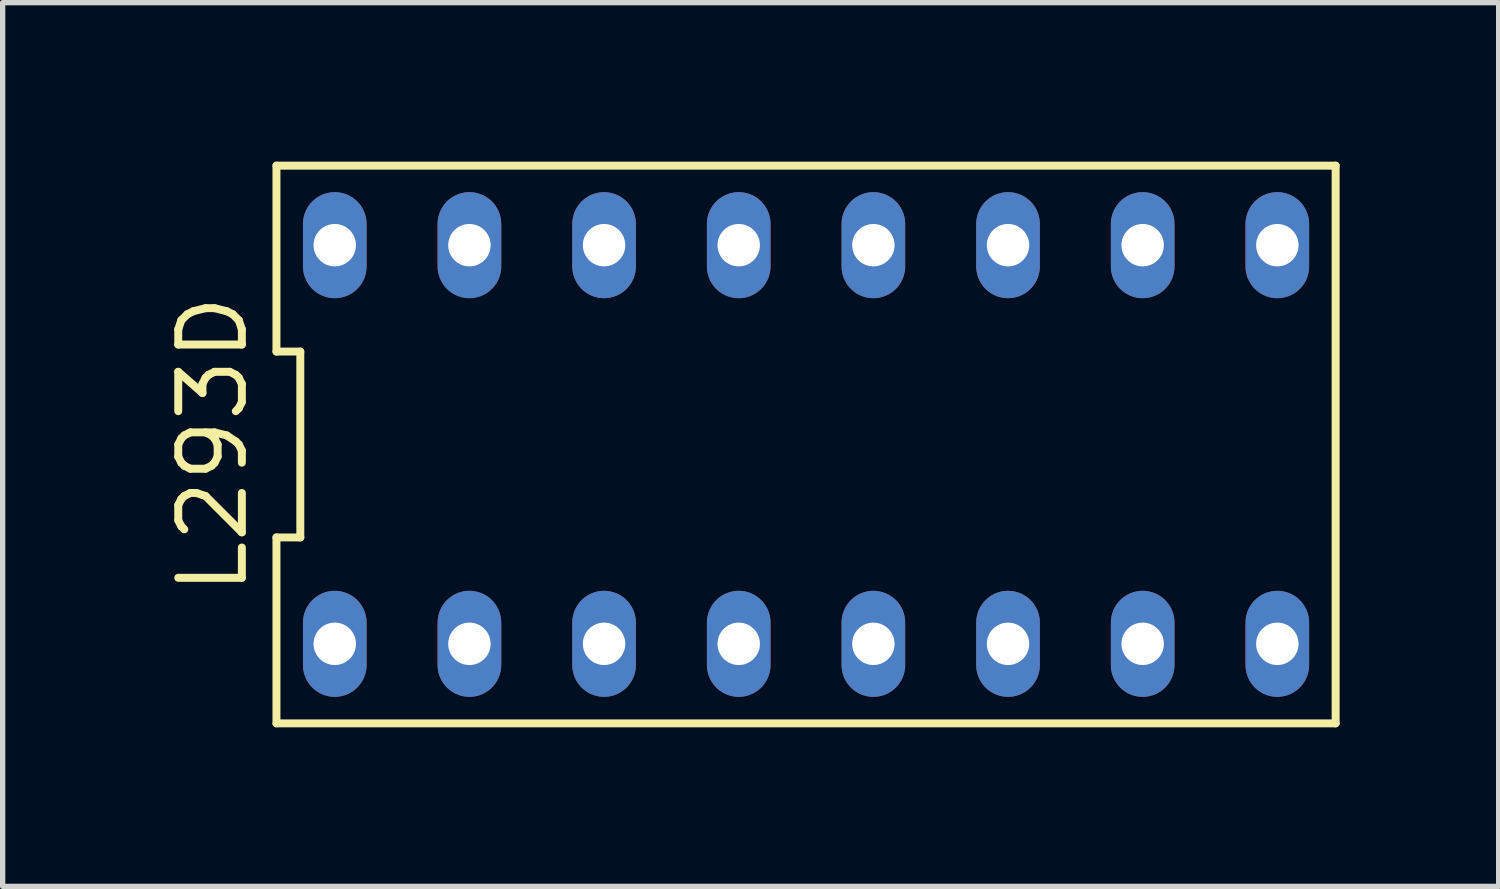
<source format=kicad_pcb>
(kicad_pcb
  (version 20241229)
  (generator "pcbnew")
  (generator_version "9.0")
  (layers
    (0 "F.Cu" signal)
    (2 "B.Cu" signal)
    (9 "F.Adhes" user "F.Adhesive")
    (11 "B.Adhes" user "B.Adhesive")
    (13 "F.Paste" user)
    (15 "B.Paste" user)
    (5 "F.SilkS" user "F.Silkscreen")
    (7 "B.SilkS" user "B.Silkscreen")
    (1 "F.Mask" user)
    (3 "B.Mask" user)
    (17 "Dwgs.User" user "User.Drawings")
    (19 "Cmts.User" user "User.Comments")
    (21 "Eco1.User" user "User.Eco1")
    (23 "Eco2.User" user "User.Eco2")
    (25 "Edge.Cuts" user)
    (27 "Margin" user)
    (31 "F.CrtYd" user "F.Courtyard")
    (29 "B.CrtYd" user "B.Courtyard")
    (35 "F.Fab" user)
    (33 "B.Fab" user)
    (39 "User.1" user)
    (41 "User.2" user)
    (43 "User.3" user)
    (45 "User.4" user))
  (footprint "L293D"
    (layer "F.Cu")
    (at 12.155 5.335)
    (property "Reference" "L293D" (at -11.19 0 90) (layer "F.SilkS") (effects (font (size 1.2 1.2) (thickness 0.15))))
    (attr through_hole)
    (fp_line (start -9.99 -5.26) (end -9.99 -1.753) (stroke (width 0.15) (type solid)) (layer "F.SilkS"))
    (fp_line (start -9.99 -1.753) (end -9.54 -1.753) (stroke (width 0.15) (type solid)) (layer "F.SilkS"))
    (fp_line (start -9.99 1.753) (end -9.99 5.26) (stroke (width 0.15) (type solid)) (layer "F.SilkS"))
    (fp_line (start -9.99 5.26) (end 9.99 5.26) (stroke (width 0.15) (type solid)) (layer "F.SilkS"))
    (fp_line (start -9.54 -1.753) (end -9.54 1.753) (stroke (width 0.15) (type solid)) (layer "F.SilkS"))
    (fp_line (start -9.54 1.753) (end -9.99 1.753) (stroke (width 0.15) (type solid)) (layer "F.SilkS"))
    (fp_line (start 9.99 -5.26) (end -9.99 -5.26) (stroke (width 0.15) (type solid)) (layer "F.SilkS"))
    (fp_line (start 9.99 5.26) (end 9.99 -5.26) (stroke (width 0.15) (type solid)) (layer "F.SilkS"))
    (pad "1" thru_hole oval (at -8.89 3.76) (size 1.2 2) (drill 0.8) (layers "*.Cu" "*.Mask"))
    (pad "2" thru_hole oval (at -6.35 3.76) (size 1.2 2) (drill 0.8) (layers "*.Cu" "*.Mask"))
    (pad "3" thru_hole oval (at -3.81 3.76) (size 1.2 2) (drill 0.8) (layers "*.Cu" "*.Mask"))
    (pad "4" thru_hole oval (at -1.27 3.76) (size 1.2 2) (drill 0.8) (layers "*.Cu" "*.Mask"))
    (pad "5" thru_hole oval (at 1.27 3.76) (size 1.2 2) (drill 0.8) (layers "*.Cu" "*.Mask"))
    (pad "6" thru_hole oval (at 3.81 3.76) (size 1.2 2) (drill 0.8) (layers "*.Cu" "*.Mask"))
    (pad "7" thru_hole oval (at 6.35 3.76) (size 1.2 2) (drill 0.8) (layers "*.Cu" "*.Mask"))
    (pad "8" thru_hole oval (at 8.89 3.76) (size 1.2 2) (drill 0.8) (layers "*.Cu" "*.Mask"))
    (pad "9" thru_hole oval (at 8.89 -3.76) (size 1.2 2) (drill 0.8) (layers "*.Cu" "*.Mask"))
    (pad "10" thru_hole oval (at 6.35 -3.76) (size 1.2 2) (drill 0.8) (layers "*.Cu" "*.Mask"))
    (pad "11" thru_hole oval (at 3.81 -3.76) (size 1.2 2) (drill 0.8) (layers "*.Cu" "*.Mask"))
    (pad "12" thru_hole oval (at 1.27 -3.76) (size 1.2 2) (drill 0.8) (layers "*.Cu" "*.Mask"))
    (pad "13" thru_hole oval (at -1.27 -3.76) (size 1.2 2) (drill 0.8) (layers "*.Cu" "*.Mask"))
    (pad "14" thru_hole oval (at -3.81 -3.76) (size 1.2 2) (drill 0.8) (layers "*.Cu" "*.Mask"))
    (pad "15" thru_hole oval (at -6.35 -3.76) (size 1.2 2) (drill 0.8) (layers "*.Cu" "*.Mask"))
    (pad "16" thru_hole oval (at -8.89 -3.76) (size 1.2 2) (drill 0.8) (layers "*.Cu" "*.Mask")))
  (gr_rect
    (start -3 -3)
    (end 25.22 13.67)
    (stroke (width 0.1) (type default))
    (fill no)
    (layer "Edge.Cuts")))
</source>
